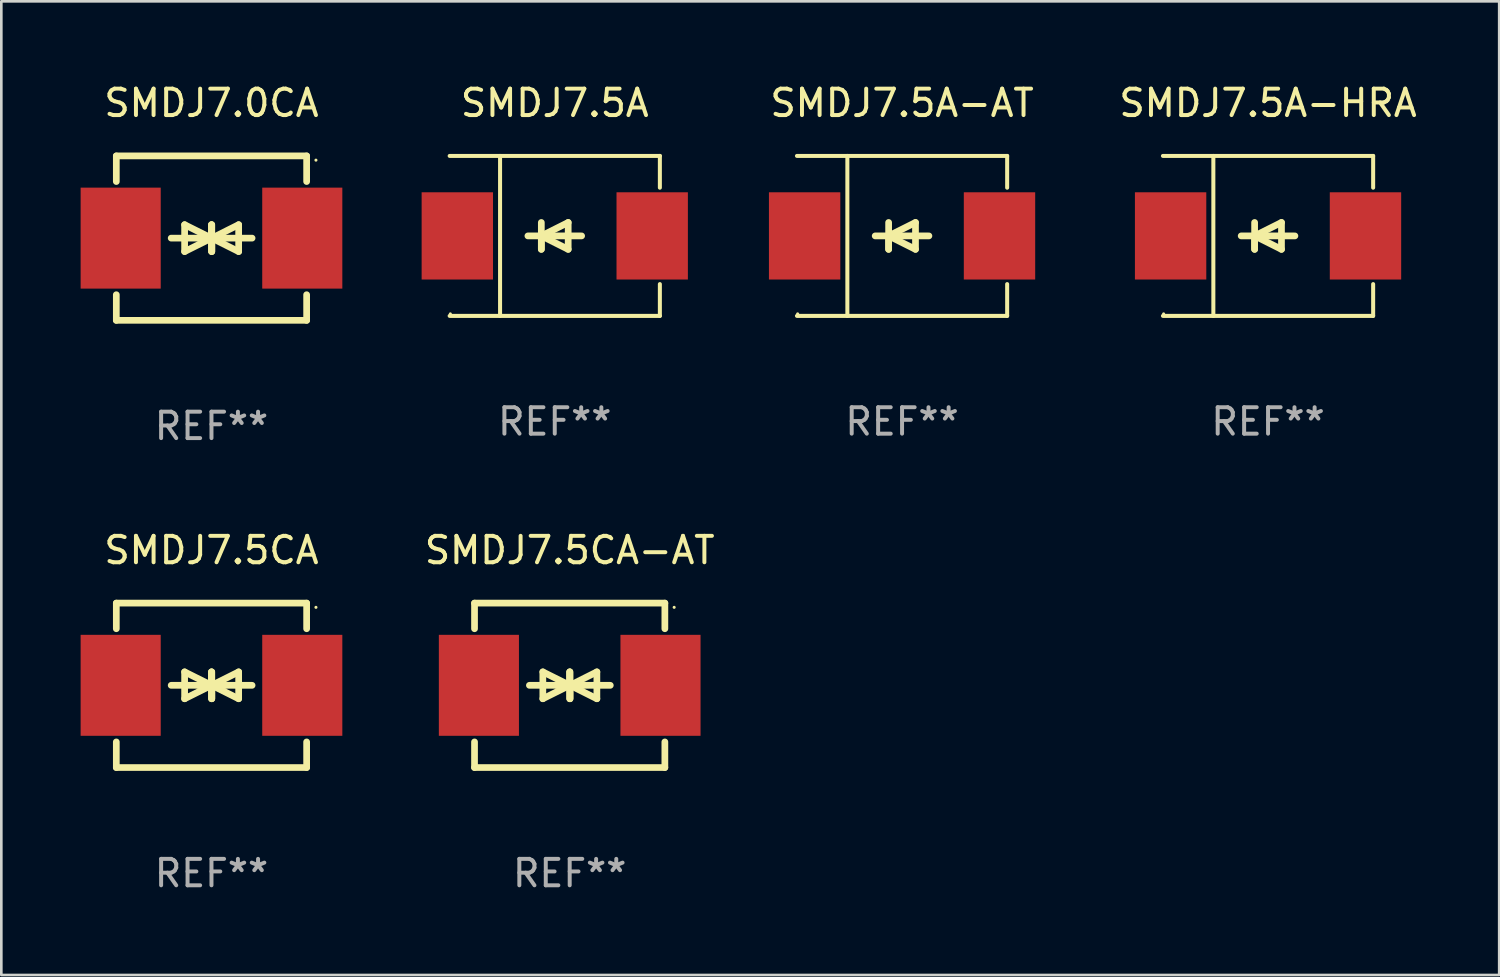
<source format=kicad_pcb>
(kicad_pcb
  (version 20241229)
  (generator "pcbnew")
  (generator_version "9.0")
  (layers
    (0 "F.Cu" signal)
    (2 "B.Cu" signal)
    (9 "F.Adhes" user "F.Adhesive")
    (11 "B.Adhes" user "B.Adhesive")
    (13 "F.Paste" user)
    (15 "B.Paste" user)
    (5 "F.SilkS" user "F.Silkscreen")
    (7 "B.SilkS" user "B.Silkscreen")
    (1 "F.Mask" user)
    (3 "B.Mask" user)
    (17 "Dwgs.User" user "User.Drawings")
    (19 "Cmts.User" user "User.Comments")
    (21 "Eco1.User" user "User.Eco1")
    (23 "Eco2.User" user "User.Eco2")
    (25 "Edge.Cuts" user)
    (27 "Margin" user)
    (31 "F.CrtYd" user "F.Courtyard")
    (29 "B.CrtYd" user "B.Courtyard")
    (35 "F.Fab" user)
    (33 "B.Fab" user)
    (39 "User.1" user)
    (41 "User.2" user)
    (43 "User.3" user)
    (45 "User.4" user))
  (footprint "SMDJ7.5A-HRA"
    (layer "F.Cu")
    (at 44.919 5.874)
    (property "Reference" "SMDJ7.5A-HRA" (at 0 -5.026 0) (layer "F.SilkS") (effects (font (size 1 1) (thickness 0.15))))
    (attr through_hole)
    (fp_line (start -3.976 -3.026) (end 3.976 -3.026) (stroke (width 0.152) (type solid)) (layer "F.SilkS"))
    (fp_line (start -3.976 3.026) (end 3.976 3.026) (stroke (width 0.152) (type solid)) (layer "F.SilkS"))
    (fp_line (start -2.069 -3.026) (end -2.069 3.026) (stroke (width 0.152) (type solid)) (layer "F.SilkS"))
    (fp_line (start -0.508 0) (end -0.508 0.508) (stroke (width 0.254) (type solid)) (layer "F.SilkS"))
    (fp_line (start -0.508 0) (end 0.508 0.508) (stroke (width 0.254) (type solid)) (layer "F.SilkS"))
    (fp_line (start -0.508 0.508) (end -0.508 -0.508) (stroke (width 0.254) (type solid)) (layer "F.SilkS"))
    (fp_line (start 0.508 -0.508) (end -0.508 0) (stroke (width 0.254) (type solid)) (layer "F.SilkS"))
    (fp_line (start 0.508 0.508) (end 0.508 -0.508) (stroke (width 0.254) (type solid)) (layer "F.SilkS"))
    (fp_line (start 1.016 0) (end -1.016 0) (stroke (width 0.254) (type solid)) (layer "F.SilkS"))
    (fp_line (start 3.976 -3.026) (end 3.976 -1.823) (stroke (width 0.152) (type solid)) (layer "F.SilkS"))
    (fp_line (start 3.976 3.026) (end 3.976 1.823) (stroke (width 0.152) (type solid)) (layer "F.SilkS"))
    (fp_circle (center -3.95 2.95) (end -3.92 2.95) (stroke (width 0.06) (type solid)) (fill no) (layer "F.SilkS"))
    (fp_text user "REF**" (at 0 7.026 0) (layer "F.Fab") (effects (font (size 1 1) (thickness 0.15))))
    (pad "1" smd rect (at -3.686 0) (size 2.7 3.3) (layers "F.Cu" "F.Mask" "F.Paste"))
    (pad "2" smd rect (at 3.686 0) (size 2.7 3.3) (layers "F.Cu" "F.Mask" "F.Paste")))
  (footprint "SMDJ7.5A"
    (layer "F.Cu")
    (at 17.936 5.874)
    (property "Reference" "SMDJ7.5A" (at 0 -5.026 0) (layer "F.SilkS") (effects (font (size 1 1) (thickness 0.15))))
    (attr through_hole)
    (fp_line (start -3.976 -3.026) (end 3.976 -3.026) (stroke (width 0.152) (type solid)) (layer "F.SilkS"))
    (fp_line (start -3.976 3.026) (end 3.976 3.026) (stroke (width 0.152) (type solid)) (layer "F.SilkS"))
    (fp_line (start -2.069 -3.026) (end -2.069 3.026) (stroke (width 0.152) (type solid)) (layer "F.SilkS"))
    (fp_line (start -0.508 0) (end -0.508 0.508) (stroke (width 0.254) (type solid)) (layer "F.SilkS"))
    (fp_line (start -0.508 0) (end 0.508 0.508) (stroke (width 0.254) (type solid)) (layer "F.SilkS"))
    (fp_line (start -0.508 0.508) (end -0.508 -0.508) (stroke (width 0.254) (type solid)) (layer "F.SilkS"))
    (fp_line (start 0.508 -0.508) (end -0.508 0) (stroke (width 0.254) (type solid)) (layer "F.SilkS"))
    (fp_line (start 0.508 0.508) (end 0.508 -0.508) (stroke (width 0.254) (type solid)) (layer "F.SilkS"))
    (fp_line (start 1.016 0) (end -1.016 0) (stroke (width 0.254) (type solid)) (layer "F.SilkS"))
    (fp_line (start 3.976 -3.026) (end 3.976 -1.823) (stroke (width 0.152) (type solid)) (layer "F.SilkS"))
    (fp_line (start 3.976 3.026) (end 3.976 1.823) (stroke (width 0.152) (type solid)) (layer "F.SilkS"))
    (fp_circle (center -3.95 2.95) (end -3.92 2.95) (stroke (width 0.06) (type solid)) (fill no) (layer "F.SilkS"))
    (fp_text user "REF**" (at 0 7.026 0) (layer "F.Fab") (effects (font (size 1 1) (thickness 0.15))))
    (pad "1" smd rect (at -3.686 0) (size 2.7 3.3) (layers "F.Cu" "F.Mask" "F.Paste"))
    (pad "2" smd rect (at 3.686 0) (size 2.7 3.3) (layers "F.Cu" "F.Mask" "F.Paste")))
  (footprint "SMDJ7.0CA"
    (layer "F.Cu")
    (at 4.95 5.958)
    (property "Reference" "SMDJ7.0CA" (at 0 -5.11 0) (layer "F.SilkS") (effects (font (size 1 1) (thickness 0.15))))
    (attr through_hole)
    (fp_line (start -3.6 -2.141) (end -3.6 -3.11) (stroke (width 0.254) (type solid)) (layer "F.SilkS"))
    (fp_line (start -3.6 3.11) (end -3.6 2.141) (stroke (width 0.254) (type solid)) (layer "F.SilkS"))
    (fp_line (start -1.524 0) (end 0.508 0) (stroke (width 0.254) (type solid)) (layer "F.SilkS"))
    (fp_line (start -1.016 -0.508) (end -1.016 0.508) (stroke (width 0.254) (type solid)) (layer "F.SilkS"))
    (fp_line (start -1.016 0.508) (end 0 0) (stroke (width 0.254) (type solid)) (layer "F.SilkS"))
    (fp_line (start 0 -0.508) (end 0 0.508) (stroke (width 0.254) (type solid)) (layer "F.SilkS"))
    (fp_line (start 0 0) (end -1.016 -0.508) (stroke (width 0.254) (type solid)) (layer "F.SilkS"))
    (fp_line (start 0 0) (end 0 -0.508) (stroke (width 0.254) (type solid)) (layer "F.SilkS"))
    (fp_line (start 0.012 0) (end 0.012 0.508) (stroke (width 0.254) (type solid)) (layer "F.SilkS"))
    (fp_line (start 0.012 0) (end 1.028 0.508) (stroke (width 0.254) (type solid)) (layer "F.SilkS"))
    (fp_line (start 0.012 0.508) (end 0.012 -0.508) (stroke (width 0.254) (type solid)) (layer "F.SilkS"))
    (fp_line (start 1.028 -0.508) (end 0.012 0) (stroke (width 0.254) (type solid)) (layer "F.SilkS"))
    (fp_line (start 1.028 0.508) (end 1.028 -0.508) (stroke (width 0.254) (type solid)) (layer "F.SilkS"))
    (fp_line (start 1.536 0) (end -0.496 0) (stroke (width 0.254) (type solid)) (layer "F.SilkS"))
    (fp_line (start 3.6 -3.11) (end -3.6 -3.11) (stroke (width 0.254) (type solid)) (layer "F.SilkS"))
    (fp_line (start 3.6 -2.141) (end 3.6 -3.11) (stroke (width 0.254) (type solid)) (layer "F.SilkS"))
    (fp_line (start 3.6 3.11) (end -3.6 3.11) (stroke (width 0.254) (type solid)) (layer "F.SilkS"))
    (fp_line (start 3.6 3.11) (end 3.6 2.141) (stroke (width 0.254) (type solid)) (layer "F.SilkS"))
    (fp_circle (center 3.952 -2.95) (end 3.982 -2.95) (stroke (width 0.06) (type solid)) (fill no) (layer "F.SilkS"))
    (fp_text user "REF**" (at 0 7.11 0) (layer "F.Fab") (effects (font (size 1 1) (thickness 0.15))))
    (pad "1" smd rect (at 3.435 0) (size 3.03 3.82) (layers "F.Cu" "F.Mask" "F.Paste"))
    (pad "2" smd rect (at -3.435 0) (size 3.03 3.82) (layers "F.Cu" "F.Mask" "F.Paste")))
  (footprint "SMDJ7.5A-AT"
    (layer "F.Cu")
    (at 31.074 5.874)
    (property "Reference" "SMDJ7.5A-AT" (at 0 -5.026 0) (layer "F.SilkS") (effects (font (size 1 1) (thickness 0.15))))
    (attr through_hole)
    (fp_line (start -3.976 -3.026) (end 3.976 -3.026) (stroke (width 0.152) (type solid)) (layer "F.SilkS"))
    (fp_line (start -3.976 3.026) (end 3.976 3.026) (stroke (width 0.152) (type solid)) (layer "F.SilkS"))
    (fp_line (start -2.069 -3.026) (end -2.069 3.026) (stroke (width 0.152) (type solid)) (layer "F.SilkS"))
    (fp_line (start -0.508 0) (end -0.508 0.508) (stroke (width 0.254) (type solid)) (layer "F.SilkS"))
    (fp_line (start -0.508 0) (end 0.508 0.508) (stroke (width 0.254) (type solid)) (layer "F.SilkS"))
    (fp_line (start -0.508 0.508) (end -0.508 -0.508) (stroke (width 0.254) (type solid)) (layer "F.SilkS"))
    (fp_line (start 0.508 -0.508) (end -0.508 0) (stroke (width 0.254) (type solid)) (layer "F.SilkS"))
    (fp_line (start 0.508 0.508) (end 0.508 -0.508) (stroke (width 0.254) (type solid)) (layer "F.SilkS"))
    (fp_line (start 1.016 0) (end -1.016 0) (stroke (width 0.254) (type solid)) (layer "F.SilkS"))
    (fp_line (start 3.976 -3.026) (end 3.976 -1.823) (stroke (width 0.152) (type solid)) (layer "F.SilkS"))
    (fp_line (start 3.976 3.026) (end 3.976 1.823) (stroke (width 0.152) (type solid)) (layer "F.SilkS"))
    (fp_circle (center -3.95 2.95) (end -3.92 2.95) (stroke (width 0.06) (type solid)) (fill no) (layer "F.SilkS"))
    (fp_text user "REF**" (at 0 7.026 0) (layer "F.Fab") (effects (font (size 1 1) (thickness 0.15))))
    (pad "1" smd rect (at -3.686 0) (size 2.7 3.3) (layers "F.Cu" "F.Mask" "F.Paste"))
    (pad "2" smd rect (at 3.686 0) (size 2.7 3.3) (layers "F.Cu" "F.Mask" "F.Paste")))
  (footprint "SMDJ7.5CA"
    (layer "F.Cu")
    (at 4.95 22.875)
    (property "Reference" "SMDJ7.5CA" (at 0 -5.11 0) (layer "F.SilkS") (effects (font (size 1 1) (thickness 0.15))))
    (attr through_hole)
    (fp_line (start -3.6 -2.141) (end -3.6 -3.11) (stroke (width 0.254) (type solid)) (layer "F.SilkS"))
    (fp_line (start -3.6 3.11) (end -3.6 2.141) (stroke (width 0.254) (type solid)) (layer "F.SilkS"))
    (fp_line (start -1.524 0) (end 0.508 0) (stroke (width 0.254) (type solid)) (layer "F.SilkS"))
    (fp_line (start -1.016 -0.508) (end -1.016 0.508) (stroke (width 0.254) (type solid)) (layer "F.SilkS"))
    (fp_line (start -1.016 0.508) (end 0 0) (stroke (width 0.254) (type solid)) (layer "F.SilkS"))
    (fp_line (start 0 -0.508) (end 0 0.508) (stroke (width 0.254) (type solid)) (layer "F.SilkS"))
    (fp_line (start 0 0) (end -1.016 -0.508) (stroke (width 0.254) (type solid)) (layer "F.SilkS"))
    (fp_line (start 0 0) (end 0 -0.508) (stroke (width 0.254) (type solid)) (layer "F.SilkS"))
    (fp_line (start 0.012 0) (end 0.012 0.508) (stroke (width 0.254) (type solid)) (layer "F.SilkS"))
    (fp_line (start 0.012 0) (end 1.028 0.508) (stroke (width 0.254) (type solid)) (layer "F.SilkS"))
    (fp_line (start 0.012 0.508) (end 0.012 -0.508) (stroke (width 0.254) (type solid)) (layer "F.SilkS"))
    (fp_line (start 1.028 -0.508) (end 0.012 0) (stroke (width 0.254) (type solid)) (layer "F.SilkS"))
    (fp_line (start 1.028 0.508) (end 1.028 -0.508) (stroke (width 0.254) (type solid)) (layer "F.SilkS"))
    (fp_line (start 1.536 0) (end -0.496 0) (stroke (width 0.254) (type solid)) (layer "F.SilkS"))
    (fp_line (start 3.6 -3.11) (end -3.6 -3.11) (stroke (width 0.254) (type solid)) (layer "F.SilkS"))
    (fp_line (start 3.6 -2.141) (end 3.6 -3.11) (stroke (width 0.254) (type solid)) (layer "F.SilkS"))
    (fp_line (start 3.6 3.11) (end -3.6 3.11) (stroke (width 0.254) (type solid)) (layer "F.SilkS"))
    (fp_line (start 3.6 3.11) (end 3.6 2.141) (stroke (width 0.254) (type solid)) (layer "F.SilkS"))
    (fp_circle (center 3.952 -2.95) (end 3.982 -2.95) (stroke (width 0.06) (type solid)) (fill no) (layer "F.SilkS"))
    (fp_text user "REF**" (at 0 7.11 0) (layer "F.Fab") (effects (font (size 1 1) (thickness 0.15))))
    (pad "1" smd rect (at 3.435 0) (size 3.03 3.82) (layers "F.Cu" "F.Mask" "F.Paste"))
    (pad "2" smd rect (at -3.435 0) (size 3.03 3.82) (layers "F.Cu" "F.Mask" "F.Paste")))
  (footprint "SMDJ7.5CA-AT"
    (layer "F.Cu")
    (at 18.501 22.875)
    (property "Reference" "SMDJ7.5CA-AT" (at 0 -5.11 0) (layer "F.SilkS") (effects (font (size 1 1) (thickness 0.15))))
    (attr through_hole)
    (fp_line (start -3.6 -2.141) (end -3.6 -3.11) (stroke (width 0.254) (type solid)) (layer "F.SilkS"))
    (fp_line (start -3.6 3.11) (end -3.6 2.141) (stroke (width 0.254) (type solid)) (layer "F.SilkS"))
    (fp_line (start -1.524 0) (end 0.508 0) (stroke (width 0.254) (type solid)) (layer "F.SilkS"))
    (fp_line (start -1.016 -0.508) (end -1.016 0.508) (stroke (width 0.254) (type solid)) (layer "F.SilkS"))
    (fp_line (start -1.016 0.508) (end 0 0) (stroke (width 0.254) (type solid)) (layer "F.SilkS"))
    (fp_line (start 0 -0.508) (end 0 0.508) (stroke (width 0.254) (type solid)) (layer "F.SilkS"))
    (fp_line (start 0 0) (end -1.016 -0.508) (stroke (width 0.254) (type solid)) (layer "F.SilkS"))
    (fp_line (start 0 0) (end 0 -0.508) (stroke (width 0.254) (type solid)) (layer "F.SilkS"))
    (fp_line (start 0.012 0) (end 0.012 0.508) (stroke (width 0.254) (type solid)) (layer "F.SilkS"))
    (fp_line (start 0.012 0) (end 1.028 0.508) (stroke (width 0.254) (type solid)) (layer "F.SilkS"))
    (fp_line (start 0.012 0.508) (end 0.012 -0.508) (stroke (width 0.254) (type solid)) (layer "F.SilkS"))
    (fp_line (start 1.028 -0.508) (end 0.012 0) (stroke (width 0.254) (type solid)) (layer "F.SilkS"))
    (fp_line (start 1.028 0.508) (end 1.028 -0.508) (stroke (width 0.254) (type solid)) (layer "F.SilkS"))
    (fp_line (start 1.536 0) (end -0.496 0) (stroke (width 0.254) (type solid)) (layer "F.SilkS"))
    (fp_line (start 3.6 -3.11) (end -3.6 -3.11) (stroke (width 0.254) (type solid)) (layer "F.SilkS"))
    (fp_line (start 3.6 -2.141) (end 3.6 -3.11) (stroke (width 0.254) (type solid)) (layer "F.SilkS"))
    (fp_line (start 3.6 3.11) (end -3.6 3.11) (stroke (width 0.254) (type solid)) (layer "F.SilkS"))
    (fp_line (start 3.6 3.11) (end 3.6 2.141) (stroke (width 0.254) (type solid)) (layer "F.SilkS"))
    (fp_circle (center 3.952 -2.95) (end 3.982 -2.95) (stroke (width 0.06) (type solid)) (fill no) (layer "F.SilkS"))
    (fp_text user "REF**" (at 0 7.11 0) (layer "F.Fab") (effects (font (size 1 1) (thickness 0.15))))
    (pad "1" smd rect (at 3.435 0) (size 3.03 3.82) (layers "F.Cu" "F.Mask" "F.Paste"))
    (pad "2" smd rect (at -3.435 0) (size 3.03 3.82) (layers "F.Cu" "F.Mask" "F.Paste")))
  (gr_rect
    (start -3 -3)
    (end 53.663 33.833)
    (stroke (width 0.1) (type default))
    (fill no)
    (layer "Edge.Cuts")))
</source>
